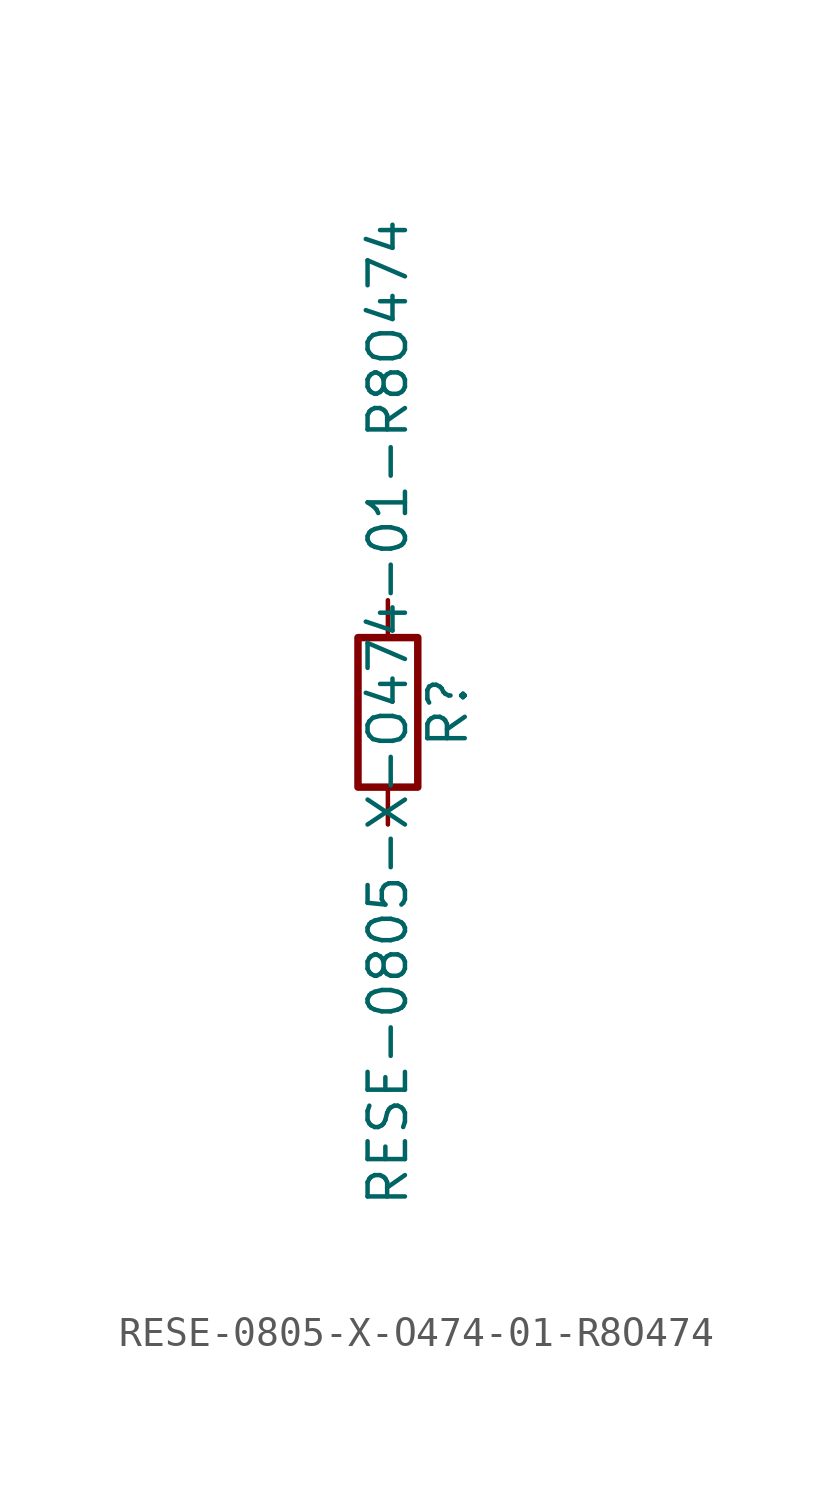
<source format=kicad_sym>
(kicad_symbol_lib
  (version 20211014)
  (generator kicad_symbol_editor)
  (symbol "RESE-0805-X-O474-01-R8O474"
    (pin_numbers hide)
    (pin_names
      (offset 0))
    (property "Reference" "R"
      (at 2.032 0 90)
      (effects (font (size 1.27 1.27))))
    (property "Value" "RESE-0805-X-O474-01-R8O474"
      (at 0 0 90)
      (effects (font (size 1.27 1.27))))
    (symbol "RESE-0805-X-O474-01-R8O474_0_1"
      (rectangle (start -1.016 -2.54) (end 1.016 2.54) (stroke (width 0.254) (type default) (color 0 0 0 0)) (fill (type none))))
    (symbol "RESE-0805-X-O474-01-R8O474_1_1"
      (pin passive line (at 0 3.81 270) (length 1.27) (name "~" (effects (font (size 1.27 1.27)))) (number "1" (effects (font (size 1.27 1.27)))))
      (pin passive line (at 0 -3.81 90) (length 1.27) (name "~" (effects (font (size 1.27 1.27)))) (number "2" (effects (font (size 1.27 1.27))))))))
</source>
